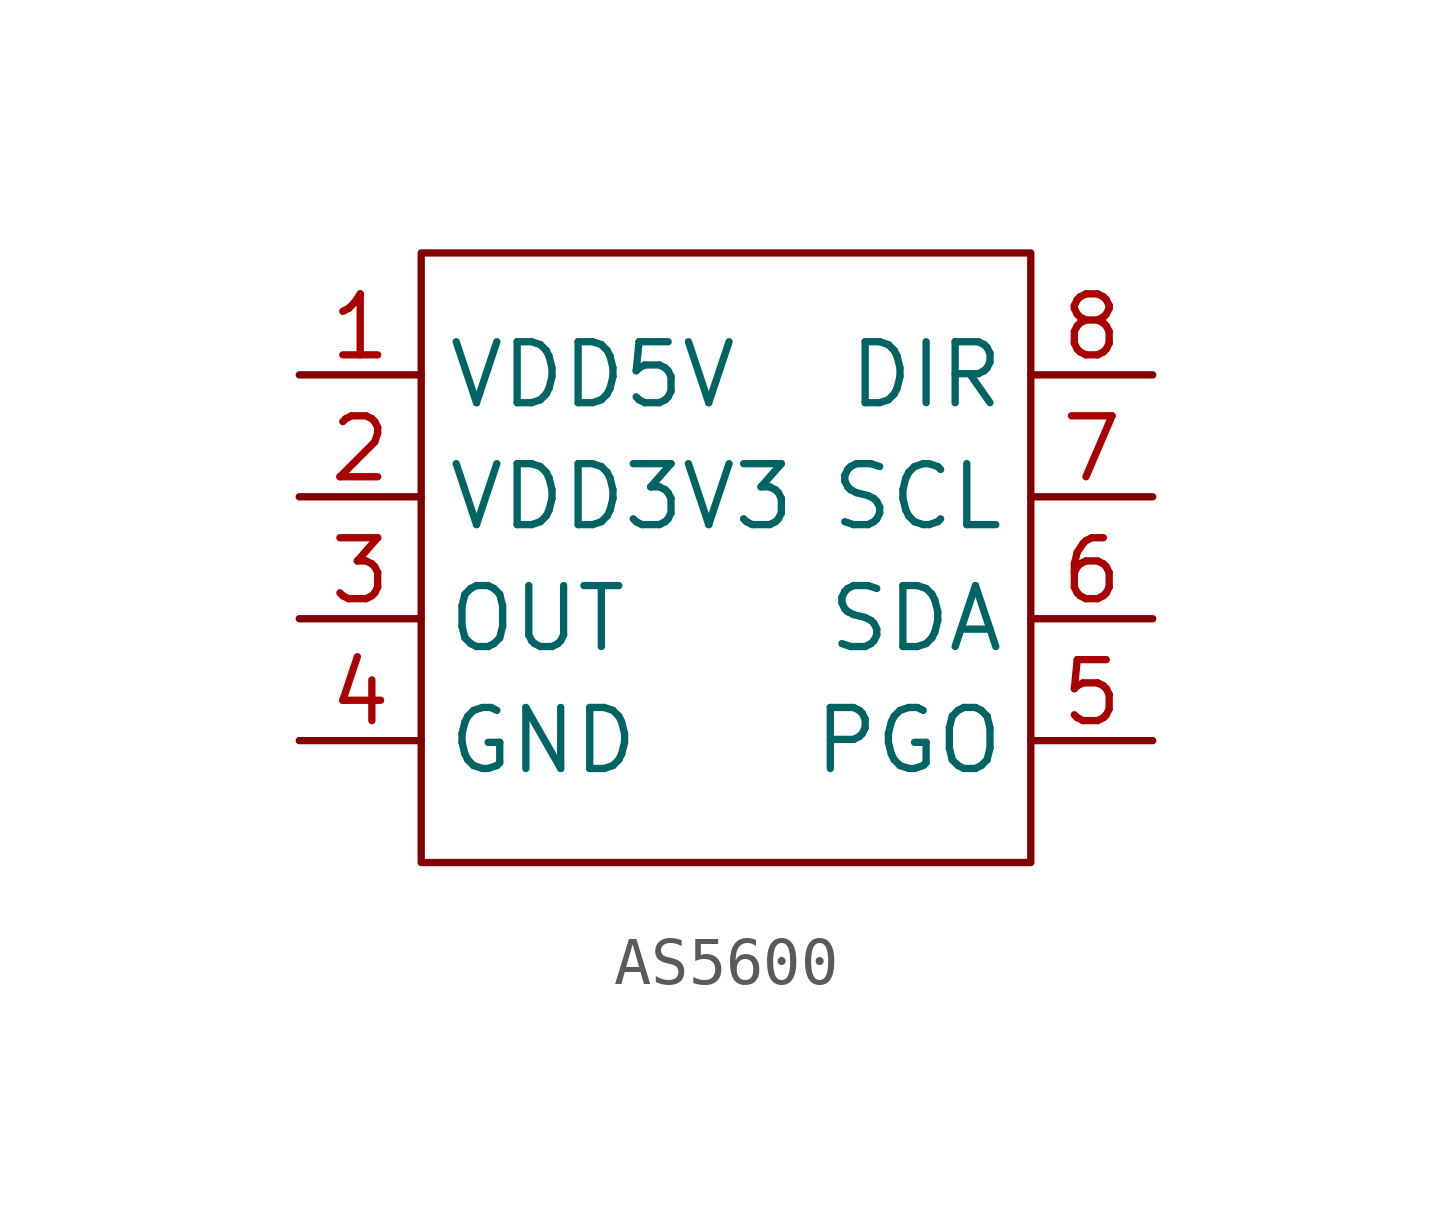
<source format=kicad_sym>
(kicad_symbol_lib
  (version 20220914)
  (generator kicad_symbol_editor)
  (symbol "AS5600"
    (property "Reference" "U"
      (at -3.81 1.27 0)
      (effects (font (size 1.27 1.27)) hide))
    (property "Value" ""
      (at -3.81 1.27 0)
      (effects (font (size 1.27 1.27))))
    (symbol "AS5600_0_1"
      (rectangle (start -6.35 6.35) (end 6.35 -6.35) (stroke (width 0) (type default)) (fill (type none))))
    (symbol "AS5600_1_1"
      (pin input line (at -8.89 3.81 0) (length 2.54) (name "VDD5V" (effects (font (size 1.27 1.27)))) (number "1" (effects (font (size 1.27 1.27)))))
      (pin input line (at -8.89 1.27 0) (length 2.54) (name "VDD3V3" (effects (font (size 1.27 1.27)))) (number "2" (effects (font (size 1.27 1.27)))))
      (pin input line (at -8.89 -1.27 0) (length 2.54) (name "OUT" (effects (font (size 1.27 1.27)))) (number "3" (effects (font (size 1.27 1.27)))))
      (pin input line (at -8.89 -3.81 0) (length 2.54) (name "GND" (effects (font (size 1.27 1.27)))) (number "4" (effects (font (size 1.27 1.27)))))
      (pin input line (at 8.89 -3.81 180) (length 2.54) (name "PGO" (effects (font (size 1.27 1.27)))) (number "5" (effects (font (size 1.27 1.27)))))
      (pin input line (at 8.89 -1.27 180) (length 2.54) (name "SDA" (effects (font (size 1.27 1.27)))) (number "6" (effects (font (size 1.27 1.27)))))
      (pin input line (at 8.89 1.27 180) (length 2.54) (name "SCL" (effects (font (size 1.27 1.27)))) (number "7" (effects (font (size 1.27 1.27)))))
      (pin input line (at 8.89 3.81 180) (length 2.54) (name "DIR" (effects (font (size 1.27 1.27)))) (number "8" (effects (font (size 1.27 1.27))))))))
</source>
